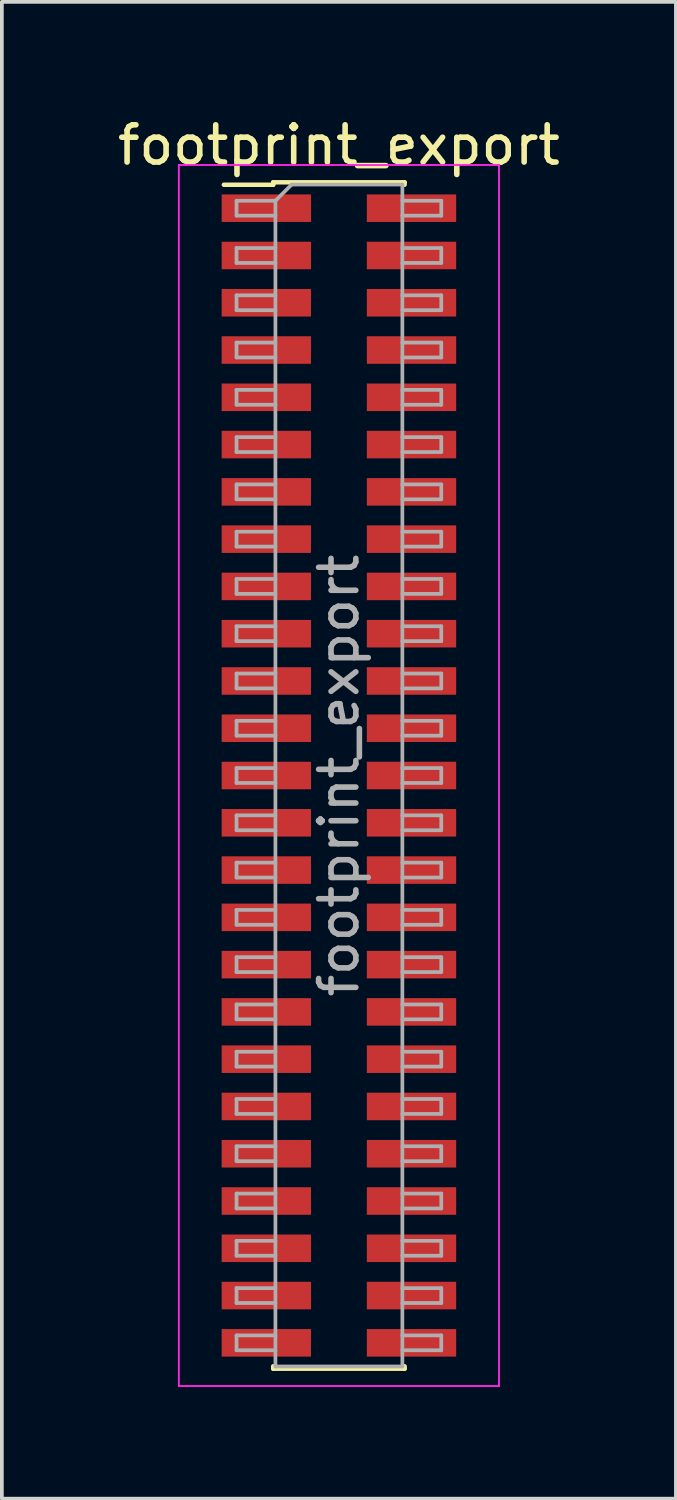
<source format=kicad_pcb>
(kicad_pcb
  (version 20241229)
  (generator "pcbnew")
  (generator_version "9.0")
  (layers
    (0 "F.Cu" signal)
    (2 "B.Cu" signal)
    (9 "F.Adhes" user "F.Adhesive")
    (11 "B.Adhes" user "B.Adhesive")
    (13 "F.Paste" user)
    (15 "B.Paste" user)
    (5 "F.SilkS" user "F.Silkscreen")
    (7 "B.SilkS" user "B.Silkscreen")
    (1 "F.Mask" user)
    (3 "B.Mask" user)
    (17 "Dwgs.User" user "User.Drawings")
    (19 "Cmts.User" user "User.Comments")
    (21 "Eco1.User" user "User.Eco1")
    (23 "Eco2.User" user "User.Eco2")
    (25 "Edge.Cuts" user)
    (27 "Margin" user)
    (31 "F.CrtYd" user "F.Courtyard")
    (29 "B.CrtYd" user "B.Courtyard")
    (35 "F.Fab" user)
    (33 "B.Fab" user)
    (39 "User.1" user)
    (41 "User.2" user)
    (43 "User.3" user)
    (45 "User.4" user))
  (footprint "footprint_export"
    (layer "F.Cu")
    (at 6.054 17.783)
    (property "Reference" "footprint_export" (at 0 -16.935 0) (layer "F.SilkS") (effects (font (size 1 1) (thickness 0.15))))
    (attr smd)
    (fp_line (start -3.09 -15.87) (end -1.765 -15.87) (stroke (width 0.12) (type solid)) (layer "F.SilkS"))
    (fp_line (start -1.765 -15.935) (end -1.765 -15.87) (stroke (width 0.12) (type solid)) (layer "F.SilkS"))
    (fp_line (start -1.765 -15.935) (end 1.765 -15.935) (stroke (width 0.12) (type solid)) (layer "F.SilkS"))
    (fp_line (start -1.765 15.87) (end -1.765 15.935) (stroke (width 0.12) (type solid)) (layer "F.SilkS"))
    (fp_line (start -1.765 15.935) (end 1.765 15.935) (stroke (width 0.12) (type solid)) (layer "F.SilkS"))
    (fp_line (start 1.765 -15.935) (end 1.765 -15.87) (stroke (width 0.12) (type solid)) (layer "F.SilkS"))
    (fp_line (start 1.765 15.87) (end 1.765 15.935) (stroke (width 0.12) (type solid)) (layer "F.SilkS"))
    (fp_line (start -4.3 -16.4) (end -4.3 16.4) (stroke (width 0.05) (type solid)) (layer "F.CrtYd"))
    (fp_line (start -4.3 16.4) (end 4.3 16.4) (stroke (width 0.05) (type solid)) (layer "F.CrtYd"))
    (fp_line (start 4.3 -16.4) (end -4.3 -16.4) (stroke (width 0.05) (type solid)) (layer "F.CrtYd"))
    (fp_line (start 4.3 16.4) (end 4.3 -16.4) (stroke (width 0.05) (type solid)) (layer "F.CrtYd"))
    (fp_line (start -2.75 -15.44) (end -2.75 -15.04) (stroke (width 0.1) (type solid)) (layer "F.Fab"))
    (fp_line (start -2.75 -15.04) (end -1.705 -15.04) (stroke (width 0.1) (type solid)) (layer "F.Fab"))
    (fp_line (start -2.75 -14.17) (end -2.75 -13.77) (stroke (width 0.1) (type solid)) (layer "F.Fab"))
    (fp_line (start -2.75 -13.77) (end -1.705 -13.77) (stroke (width 0.1) (type solid)) (layer "F.Fab"))
    (fp_line (start -2.75 -12.9) (end -2.75 -12.5) (stroke (width 0.1) (type solid)) (layer "F.Fab"))
    (fp_line (start -2.75 -12.5) (end -1.705 -12.5) (stroke (width 0.1) (type solid)) (layer "F.Fab"))
    (fp_line (start -2.75 -11.63) (end -2.75 -11.23) (stroke (width 0.1) (type solid)) (layer "F.Fab"))
    (fp_line (start -2.75 -11.23) (end -1.705 -11.23) (stroke (width 0.1) (type solid)) (layer "F.Fab"))
    (fp_line (start -2.75 -10.36) (end -2.75 -9.96) (stroke (width 0.1) (type solid)) (layer "F.Fab"))
    (fp_line (start -2.75 -9.96) (end -1.705 -9.96) (stroke (width 0.1) (type solid)) (layer "F.Fab"))
    (fp_line (start -2.75 -9.09) (end -2.75 -8.69) (stroke (width 0.1) (type solid)) (layer "F.Fab"))
    (fp_line (start -2.75 -8.69) (end -1.705 -8.69) (stroke (width 0.1) (type solid)) (layer "F.Fab"))
    (fp_line (start -2.75 -7.82) (end -2.75 -7.42) (stroke (width 0.1) (type solid)) (layer "F.Fab"))
    (fp_line (start -2.75 -7.42) (end -1.705 -7.42) (stroke (width 0.1) (type solid)) (layer "F.Fab"))
    (fp_line (start -2.75 -6.55) (end -2.75 -6.15) (stroke (width 0.1) (type solid)) (layer "F.Fab"))
    (fp_line (start -2.75 -6.15) (end -1.705 -6.15) (stroke (width 0.1) (type solid)) (layer "F.Fab"))
    (fp_line (start -2.75 -5.28) (end -2.75 -4.88) (stroke (width 0.1) (type solid)) (layer "F.Fab"))
    (fp_line (start -2.75 -4.88) (end -1.705 -4.88) (stroke (width 0.1) (type solid)) (layer "F.Fab"))
    (fp_line (start -2.75 -4.01) (end -2.75 -3.61) (stroke (width 0.1) (type solid)) (layer "F.Fab"))
    (fp_line (start -2.75 -3.61) (end -1.705 -3.61) (stroke (width 0.1) (type solid)) (layer "F.Fab"))
    (fp_line (start -2.75 -2.74) (end -2.75 -2.34) (stroke (width 0.1) (type solid)) (layer "F.Fab"))
    (fp_line (start -2.75 -2.34) (end -1.705 -2.34) (stroke (width 0.1) (type solid)) (layer "F.Fab"))
    (fp_line (start -2.75 -1.47) (end -2.75 -1.07) (stroke (width 0.1) (type solid)) (layer "F.Fab"))
    (fp_line (start -2.75 -1.07) (end -1.705 -1.07) (stroke (width 0.1) (type solid)) (layer "F.Fab"))
    (fp_line (start -2.75 -0.2) (end -2.75 0.2) (stroke (width 0.1) (type solid)) (layer "F.Fab"))
    (fp_line (start -2.75 0.2) (end -1.705 0.2) (stroke (width 0.1) (type solid)) (layer "F.Fab"))
    (fp_line (start -2.75 1.07) (end -2.75 1.47) (stroke (width 0.1) (type solid)) (layer "F.Fab"))
    (fp_line (start -2.75 1.47) (end -1.705 1.47) (stroke (width 0.1) (type solid)) (layer "F.Fab"))
    (fp_line (start -2.75 2.34) (end -2.75 2.74) (stroke (width 0.1) (type solid)) (layer "F.Fab"))
    (fp_line (start -2.75 2.74) (end -1.705 2.74) (stroke (width 0.1) (type solid)) (layer "F.Fab"))
    (fp_line (start -2.75 3.61) (end -2.75 4.01) (stroke (width 0.1) (type solid)) (layer "F.Fab"))
    (fp_line (start -2.75 4.01) (end -1.705 4.01) (stroke (width 0.1) (type solid)) (layer "F.Fab"))
    (fp_line (start -2.75 4.88) (end -2.75 5.28) (stroke (width 0.1) (type solid)) (layer "F.Fab"))
    (fp_line (start -2.75 5.28) (end -1.705 5.28) (stroke (width 0.1) (type solid)) (layer "F.Fab"))
    (fp_line (start -2.75 6.15) (end -2.75 6.55) (stroke (width 0.1) (type solid)) (layer "F.Fab"))
    (fp_line (start -2.75 6.55) (end -1.705 6.55) (stroke (width 0.1) (type solid)) (layer "F.Fab"))
    (fp_line (start -2.75 7.42) (end -2.75 7.82) (stroke (width 0.1) (type solid)) (layer "F.Fab"))
    (fp_line (start -2.75 7.82) (end -1.705 7.82) (stroke (width 0.1) (type solid)) (layer "F.Fab"))
    (fp_line (start -2.75 8.69) (end -2.75 9.09) (stroke (width 0.1) (type solid)) (layer "F.Fab"))
    (fp_line (start -2.75 9.09) (end -1.705 9.09) (stroke (width 0.1) (type solid)) (layer "F.Fab"))
    (fp_line (start -2.75 9.96) (end -2.75 10.36) (stroke (width 0.1) (type solid)) (layer "F.Fab"))
    (fp_line (start -2.75 10.36) (end -1.705 10.36) (stroke (width 0.1) (type solid)) (layer "F.Fab"))
    (fp_line (start -2.75 11.23) (end -2.75 11.63) (stroke (width 0.1) (type solid)) (layer "F.Fab"))
    (fp_line (start -2.75 11.63) (end -1.705 11.63) (stroke (width 0.1) (type solid)) (layer "F.Fab"))
    (fp_line (start -2.75 12.5) (end -2.75 12.9) (stroke (width 0.1) (type solid)) (layer "F.Fab"))
    (fp_line (start -2.75 12.9) (end -1.705 12.9) (stroke (width 0.1) (type solid)) (layer "F.Fab"))
    (fp_line (start -2.75 13.77) (end -2.75 14.17) (stroke (width 0.1) (type solid)) (layer "F.Fab"))
    (fp_line (start -2.75 14.17) (end -1.705 14.17) (stroke (width 0.1) (type solid)) (layer "F.Fab"))
    (fp_line (start -2.75 15.04) (end -2.75 15.44) (stroke (width 0.1) (type solid)) (layer "F.Fab"))
    (fp_line (start -2.75 15.44) (end -1.705 15.44) (stroke (width 0.1) (type solid)) (layer "F.Fab"))
    (fp_line (start -1.705 -15.44) (end -2.75 -15.44) (stroke (width 0.1) (type solid)) (layer "F.Fab"))
    (fp_line (start -1.705 -15.44) (end -1.27 -15.875) (stroke (width 0.1) (type solid)) (layer "F.Fab"))
    (fp_line (start -1.705 -14.17) (end -2.75 -14.17) (stroke (width 0.1) (type solid)) (layer "F.Fab"))
    (fp_line (start -1.705 -12.9) (end -2.75 -12.9) (stroke (width 0.1) (type solid)) (layer "F.Fab"))
    (fp_line (start -1.705 -11.63) (end -2.75 -11.63) (stroke (width 0.1) (type solid)) (layer "F.Fab"))
    (fp_line (start -1.705 -10.36) (end -2.75 -10.36) (stroke (width 0.1) (type solid)) (layer "F.Fab"))
    (fp_line (start -1.705 -9.09) (end -2.75 -9.09) (stroke (width 0.1) (type solid)) (layer "F.Fab"))
    (fp_line (start -1.705 -7.82) (end -2.75 -7.82) (stroke (width 0.1) (type solid)) (layer "F.Fab"))
    (fp_line (start -1.705 -6.55) (end -2.75 -6.55) (stroke (width 0.1) (type solid)) (layer "F.Fab"))
    (fp_line (start -1.705 -5.28) (end -2.75 -5.28) (stroke (width 0.1) (type solid)) (layer "F.Fab"))
    (fp_line (start -1.705 -4.01) (end -2.75 -4.01) (stroke (width 0.1) (type solid)) (layer "F.Fab"))
    (fp_line (start -1.705 -2.74) (end -2.75 -2.74) (stroke (width 0.1) (type solid)) (layer "F.Fab"))
    (fp_line (start -1.705 -1.47) (end -2.75 -1.47) (stroke (width 0.1) (type solid)) (layer "F.Fab"))
    (fp_line (start -1.705 -0.2) (end -2.75 -0.2) (stroke (width 0.1) (type solid)) (layer "F.Fab"))
    (fp_line (start -1.705 1.07) (end -2.75 1.07) (stroke (width 0.1) (type solid)) (layer "F.Fab"))
    (fp_line (start -1.705 2.34) (end -2.75 2.34) (stroke (width 0.1) (type solid)) (layer "F.Fab"))
    (fp_line (start -1.705 3.61) (end -2.75 3.61) (stroke (width 0.1) (type solid)) (layer "F.Fab"))
    (fp_line (start -1.705 4.88) (end -2.75 4.88) (stroke (width 0.1) (type solid)) (layer "F.Fab"))
    (fp_line (start -1.705 6.15) (end -2.75 6.15) (stroke (width 0.1) (type solid)) (layer "F.Fab"))
    (fp_line (start -1.705 7.42) (end -2.75 7.42) (stroke (width 0.1) (type solid)) (layer "F.Fab"))
    (fp_line (start -1.705 8.69) (end -2.75 8.69) (stroke (width 0.1) (type solid)) (layer "F.Fab"))
    (fp_line (start -1.705 9.96) (end -2.75 9.96) (stroke (width 0.1) (type solid)) (layer "F.Fab"))
    (fp_line (start -1.705 11.23) (end -2.75 11.23) (stroke (width 0.1) (type solid)) (layer "F.Fab"))
    (fp_line (start -1.705 12.5) (end -2.75 12.5) (stroke (width 0.1) (type solid)) (layer "F.Fab"))
    (fp_line (start -1.705 13.77) (end -2.75 13.77) (stroke (width 0.1) (type solid)) (layer "F.Fab"))
    (fp_line (start -1.705 15.04) (end -2.75 15.04) (stroke (width 0.1) (type solid)) (layer "F.Fab"))
    (fp_line (start -1.705 15.875) (end -1.705 -15.44) (stroke (width 0.1) (type solid)) (layer "F.Fab"))
    (fp_line (start -1.27 -15.875) (end 1.705 -15.875) (stroke (width 0.1) (type solid)) (layer "F.Fab"))
    (fp_line (start 1.705 -15.875) (end 1.705 15.875) (stroke (width 0.1) (type solid)) (layer "F.Fab"))
    (fp_line (start 1.705 -15.44) (end 2.75 -15.44) (stroke (width 0.1) (type solid)) (layer "F.Fab"))
    (fp_line (start 1.705 -14.17) (end 2.75 -14.17) (stroke (width 0.1) (type solid)) (layer "F.Fab"))
    (fp_line (start 1.705 -12.9) (end 2.75 -12.9) (stroke (width 0.1) (type solid)) (layer "F.Fab"))
    (fp_line (start 1.705 -11.63) (end 2.75 -11.63) (stroke (width 0.1) (type solid)) (layer "F.Fab"))
    (fp_line (start 1.705 -10.36) (end 2.75 -10.36) (stroke (width 0.1) (type solid)) (layer "F.Fab"))
    (fp_line (start 1.705 -9.09) (end 2.75 -9.09) (stroke (width 0.1) (type solid)) (layer "F.Fab"))
    (fp_line (start 1.705 -7.82) (end 2.75 -7.82) (stroke (width 0.1) (type solid)) (layer "F.Fab"))
    (fp_line (start 1.705 -6.55) (end 2.75 -6.55) (stroke (width 0.1) (type solid)) (layer "F.Fab"))
    (fp_line (start 1.705 -5.28) (end 2.75 -5.28) (stroke (width 0.1) (type solid)) (layer "F.Fab"))
    (fp_line (start 1.705 -4.01) (end 2.75 -4.01) (stroke (width 0.1) (type solid)) (layer "F.Fab"))
    (fp_line (start 1.705 -2.74) (end 2.75 -2.74) (stroke (width 0.1) (type solid)) (layer "F.Fab"))
    (fp_line (start 1.705 -1.47) (end 2.75 -1.47) (stroke (width 0.1) (type solid)) (layer "F.Fab"))
    (fp_line (start 1.705 -0.2) (end 2.75 -0.2) (stroke (width 0.1) (type solid)) (layer "F.Fab"))
    (fp_line (start 1.705 1.07) (end 2.75 1.07) (stroke (width 0.1) (type solid)) (layer "F.Fab"))
    (fp_line (start 1.705 2.34) (end 2.75 2.34) (stroke (width 0.1) (type solid)) (layer "F.Fab"))
    (fp_line (start 1.705 3.61) (end 2.75 3.61) (stroke (width 0.1) (type solid)) (layer "F.Fab"))
    (fp_line (start 1.705 4.88) (end 2.75 4.88) (stroke (width 0.1) (type solid)) (layer "F.Fab"))
    (fp_line (start 1.705 6.15) (end 2.75 6.15) (stroke (width 0.1) (type solid)) (layer "F.Fab"))
    (fp_line (start 1.705 7.42) (end 2.75 7.42) (stroke (width 0.1) (type solid)) (layer "F.Fab"))
    (fp_line (start 1.705 8.69) (end 2.75 8.69) (stroke (width 0.1) (type solid)) (layer "F.Fab"))
    (fp_line (start 1.705 9.96) (end 2.75 9.96) (stroke (width 0.1) (type solid)) (layer "F.Fab"))
    (fp_line (start 1.705 11.23) (end 2.75 11.23) (stroke (width 0.1) (type solid)) (layer "F.Fab"))
    (fp_line (start 1.705 12.5) (end 2.75 12.5) (stroke (width 0.1) (type solid)) (layer "F.Fab"))
    (fp_line (start 1.705 13.77) (end 2.75 13.77) (stroke (width 0.1) (type solid)) (layer "F.Fab"))
    (fp_line (start 1.705 15.04) (end 2.75 15.04) (stroke (width 0.1) (type solid)) (layer "F.Fab"))
    (fp_line (start 1.705 15.875) (end -1.705 15.875) (stroke (width 0.1) (type solid)) (layer "F.Fab"))
    (fp_line (start 2.75 -15.44) (end 2.75 -15.04) (stroke (width 0.1) (type solid)) (layer "F.Fab"))
    (fp_line (start 2.75 -15.04) (end 1.705 -15.04) (stroke (width 0.1) (type solid)) (layer "F.Fab"))
    (fp_line (start 2.75 -14.17) (end 2.75 -13.77) (stroke (width 0.1) (type solid)) (layer "F.Fab"))
    (fp_line (start 2.75 -13.77) (end 1.705 -13.77) (stroke (width 0.1) (type solid)) (layer "F.Fab"))
    (fp_line (start 2.75 -12.9) (end 2.75 -12.5) (stroke (width 0.1) (type solid)) (layer "F.Fab"))
    (fp_line (start 2.75 -12.5) (end 1.705 -12.5) (stroke (width 0.1) (type solid)) (layer "F.Fab"))
    (fp_line (start 2.75 -11.63) (end 2.75 -11.23) (stroke (width 0.1) (type solid)) (layer "F.Fab"))
    (fp_line (start 2.75 -11.23) (end 1.705 -11.23) (stroke (width 0.1) (type solid)) (layer "F.Fab"))
    (fp_line (start 2.75 -10.36) (end 2.75 -9.96) (stroke (width 0.1) (type solid)) (layer "F.Fab"))
    (fp_line (start 2.75 -9.96) (end 1.705 -9.96) (stroke (width 0.1) (type solid)) (layer "F.Fab"))
    (fp_line (start 2.75 -9.09) (end 2.75 -8.69) (stroke (width 0.1) (type solid)) (layer "F.Fab"))
    (fp_line (start 2.75 -8.69) (end 1.705 -8.69) (stroke (width 0.1) (type solid)) (layer "F.Fab"))
    (fp_line (start 2.75 -7.82) (end 2.75 -7.42) (stroke (width 0.1) (type solid)) (layer "F.Fab"))
    (fp_line (start 2.75 -7.42) (end 1.705 -7.42) (stroke (width 0.1) (type solid)) (layer "F.Fab"))
    (fp_line (start 2.75 -6.55) (end 2.75 -6.15) (stroke (width 0.1) (type solid)) (layer "F.Fab"))
    (fp_line (start 2.75 -6.15) (end 1.705 -6.15) (stroke (width 0.1) (type solid)) (layer "F.Fab"))
    (fp_line (start 2.75 -5.28) (end 2.75 -4.88) (stroke (width 0.1) (type solid)) (layer "F.Fab"))
    (fp_line (start 2.75 -4.88) (end 1.705 -4.88) (stroke (width 0.1) (type solid)) (layer "F.Fab"))
    (fp_line (start 2.75 -4.01) (end 2.75 -3.61) (stroke (width 0.1) (type solid)) (layer "F.Fab"))
    (fp_line (start 2.75 -3.61) (end 1.705 -3.61) (stroke (width 0.1) (type solid)) (layer "F.Fab"))
    (fp_line (start 2.75 -2.74) (end 2.75 -2.34) (stroke (width 0.1) (type solid)) (layer "F.Fab"))
    (fp_line (start 2.75 -2.34) (end 1.705 -2.34) (stroke (width 0.1) (type solid)) (layer "F.Fab"))
    (fp_line (start 2.75 -1.47) (end 2.75 -1.07) (stroke (width 0.1) (type solid)) (layer "F.Fab"))
    (fp_line (start 2.75 -1.07) (end 1.705 -1.07) (stroke (width 0.1) (type solid)) (layer "F.Fab"))
    (fp_line (start 2.75 -0.2) (end 2.75 0.2) (stroke (width 0.1) (type solid)) (layer "F.Fab"))
    (fp_line (start 2.75 0.2) (end 1.705 0.2) (stroke (width 0.1) (type solid)) (layer "F.Fab"))
    (fp_line (start 2.75 1.07) (end 2.75 1.47) (stroke (width 0.1) (type solid)) (layer "F.Fab"))
    (fp_line (start 2.75 1.47) (end 1.705 1.47) (stroke (width 0.1) (type solid)) (layer "F.Fab"))
    (fp_line (start 2.75 2.34) (end 2.75 2.74) (stroke (width 0.1) (type solid)) (layer "F.Fab"))
    (fp_line (start 2.75 2.74) (end 1.705 2.74) (stroke (width 0.1) (type solid)) (layer "F.Fab"))
    (fp_line (start 2.75 3.61) (end 2.75 4.01) (stroke (width 0.1) (type solid)) (layer "F.Fab"))
    (fp_line (start 2.75 4.01) (end 1.705 4.01) (stroke (width 0.1) (type solid)) (layer "F.Fab"))
    (fp_line (start 2.75 4.88) (end 2.75 5.28) (stroke (width 0.1) (type solid)) (layer "F.Fab"))
    (fp_line (start 2.75 5.28) (end 1.705 5.28) (stroke (width 0.1) (type solid)) (layer "F.Fab"))
    (fp_line (start 2.75 6.15) (end 2.75 6.55) (stroke (width 0.1) (type solid)) (layer "F.Fab"))
    (fp_line (start 2.75 6.55) (end 1.705 6.55) (stroke (width 0.1) (type solid)) (layer "F.Fab"))
    (fp_line (start 2.75 7.42) (end 2.75 7.82) (stroke (width 0.1) (type solid)) (layer "F.Fab"))
    (fp_line (start 2.75 7.82) (end 1.705 7.82) (stroke (width 0.1) (type solid)) (layer "F.Fab"))
    (fp_line (start 2.75 8.69) (end 2.75 9.09) (stroke (width 0.1) (type solid)) (layer "F.Fab"))
    (fp_line (start 2.75 9.09) (end 1.705 9.09) (stroke (width 0.1) (type solid)) (layer "F.Fab"))
    (fp_line (start 2.75 9.96) (end 2.75 10.36) (stroke (width 0.1) (type solid)) (layer "F.Fab"))
    (fp_line (start 2.75 10.36) (end 1.705 10.36) (stroke (width 0.1) (type solid)) (layer "F.Fab"))
    (fp_line (start 2.75 11.23) (end 2.75 11.63) (stroke (width 0.1) (type solid)) (layer "F.Fab"))
    (fp_line (start 2.75 11.63) (end 1.705 11.63) (stroke (width 0.1) (type solid)) (layer "F.Fab"))
    (fp_line (start 2.75 12.5) (end 2.75 12.9) (stroke (width 0.1) (type solid)) (layer "F.Fab"))
    (fp_line (start 2.75 12.9) (end 1.705 12.9) (stroke (width 0.1) (type solid)) (layer "F.Fab"))
    (fp_line (start 2.75 13.77) (end 2.75 14.17) (stroke (width 0.1) (type solid)) (layer "F.Fab"))
    (fp_line (start 2.75 14.17) (end 1.705 14.17) (stroke (width 0.1) (type solid)) (layer "F.Fab"))
    (fp_line (start 2.75 15.04) (end 2.75 15.44) (stroke (width 0.1) (type solid)) (layer "F.Fab"))
    (fp_line (start 2.75 15.44) (end 1.705 15.44) (stroke (width 0.1) (type solid)) (layer "F.Fab"))
    (fp_text user "${REFERENCE}" (at 0 0 90) (layer "F.Fab") (effects (font (size 1 1) (thickness 0.15))))
    (pad "1" smd rect (at -1.95 -15.24) (size 2.4 0.74) (layers "F.Cu" "F.Mask" "F.Paste"))
    (pad "2" smd rect (at 1.95 -15.24) (size 2.4 0.74) (layers "F.Cu" "F.Mask" "F.Paste"))
    (pad "3" smd rect (at -1.95 -13.97) (size 2.4 0.74) (layers "F.Cu" "F.Mask" "F.Paste"))
    (pad "4" smd rect (at 1.95 -13.97) (size 2.4 0.74) (layers "F.Cu" "F.Mask" "F.Paste"))
    (pad "5" smd rect (at -1.95 -12.7) (size 2.4 0.74) (layers "F.Cu" "F.Mask" "F.Paste"))
    (pad "6" smd rect (at 1.95 -12.7) (size 2.4 0.74) (layers "F.Cu" "F.Mask" "F.Paste"))
    (pad "7" smd rect (at -1.95 -11.43) (size 2.4 0.74) (layers "F.Cu" "F.Mask" "F.Paste"))
    (pad "8" smd rect (at 1.95 -11.43) (size 2.4 0.74) (layers "F.Cu" "F.Mask" "F.Paste"))
    (pad "9" smd rect (at -1.95 -10.16) (size 2.4 0.74) (layers "F.Cu" "F.Mask" "F.Paste"))
    (pad "10" smd rect (at 1.95 -10.16) (size 2.4 0.74) (layers "F.Cu" "F.Mask" "F.Paste"))
    (pad "11" smd rect (at -1.95 -8.89) (size 2.4 0.74) (layers "F.Cu" "F.Mask" "F.Paste"))
    (pad "12" smd rect (at 1.95 -8.89) (size 2.4 0.74) (layers "F.Cu" "F.Mask" "F.Paste"))
    (pad "13" smd rect (at -1.95 -7.62) (size 2.4 0.74) (layers "F.Cu" "F.Mask" "F.Paste"))
    (pad "14" smd rect (at 1.95 -7.62) (size 2.4 0.74) (layers "F.Cu" "F.Mask" "F.Paste"))
    (pad "15" smd rect (at -1.95 -6.35) (size 2.4 0.74) (layers "F.Cu" "F.Mask" "F.Paste"))
    (pad "16" smd rect (at 1.95 -6.35) (size 2.4 0.74) (layers "F.Cu" "F.Mask" "F.Paste"))
    (pad "17" smd rect (at -1.95 -5.08) (size 2.4 0.74) (layers "F.Cu" "F.Mask" "F.Paste"))
    (pad "18" smd rect (at 1.95 -5.08) (size 2.4 0.74) (layers "F.Cu" "F.Mask" "F.Paste"))
    (pad "19" smd rect (at -1.95 -3.81) (size 2.4 0.74) (layers "F.Cu" "F.Mask" "F.Paste"))
    (pad "20" smd rect (at 1.95 -3.81) (size 2.4 0.74) (layers "F.Cu" "F.Mask" "F.Paste"))
    (pad "21" smd rect (at -1.95 -2.54) (size 2.4 0.74) (layers "F.Cu" "F.Mask" "F.Paste"))
    (pad "22" smd rect (at 1.95 -2.54) (size 2.4 0.74) (layers "F.Cu" "F.Mask" "F.Paste"))
    (pad "23" smd rect (at -1.95 -1.27) (size 2.4 0.74) (layers "F.Cu" "F.Mask" "F.Paste"))
    (pad "24" smd rect (at 1.95 -1.27) (size 2.4 0.74) (layers "F.Cu" "F.Mask" "F.Paste"))
    (pad "25" smd rect (at -1.95 0) (size 2.4 0.74) (layers "F.Cu" "F.Mask" "F.Paste"))
    (pad "26" smd rect (at 1.95 0) (size 2.4 0.74) (layers "F.Cu" "F.Mask" "F.Paste"))
    (pad "27" smd rect (at -1.95 1.27) (size 2.4 0.74) (layers "F.Cu" "F.Mask" "F.Paste"))
    (pad "28" smd rect (at 1.95 1.27) (size 2.4 0.74) (layers "F.Cu" "F.Mask" "F.Paste"))
    (pad "29" smd rect (at -1.95 2.54) (size 2.4 0.74) (layers "F.Cu" "F.Mask" "F.Paste"))
    (pad "30" smd rect (at 1.95 2.54) (size 2.4 0.74) (layers "F.Cu" "F.Mask" "F.Paste"))
    (pad "31" smd rect (at -1.95 3.81) (size 2.4 0.74) (layers "F.Cu" "F.Mask" "F.Paste"))
    (pad "32" smd rect (at 1.95 3.81) (size 2.4 0.74) (layers "F.Cu" "F.Mask" "F.Paste"))
    (pad "33" smd rect (at -1.95 5.08) (size 2.4 0.74) (layers "F.Cu" "F.Mask" "F.Paste"))
    (pad "34" smd rect (at 1.95 5.08) (size 2.4 0.74) (layers "F.Cu" "F.Mask" "F.Paste"))
    (pad "35" smd rect (at -1.95 6.35) (size 2.4 0.74) (layers "F.Cu" "F.Mask" "F.Paste"))
    (pad "36" smd rect (at 1.95 6.35) (size 2.4 0.74) (layers "F.Cu" "F.Mask" "F.Paste"))
    (pad "37" smd rect (at -1.95 7.62) (size 2.4 0.74) (layers "F.Cu" "F.Mask" "F.Paste"))
    (pad "38" smd rect (at 1.95 7.62) (size 2.4 0.74) (layers "F.Cu" "F.Mask" "F.Paste"))
    (pad "39" smd rect (at -1.95 8.89) (size 2.4 0.74) (layers "F.Cu" "F.Mask" "F.Paste"))
    (pad "40" smd rect (at 1.95 8.89) (size 2.4 0.74) (layers "F.Cu" "F.Mask" "F.Paste"))
    (pad "41" smd rect (at -1.95 10.16) (size 2.4 0.74) (layers "F.Cu" "F.Mask" "F.Paste"))
    (pad "42" smd rect (at 1.95 10.16) (size 2.4 0.74) (layers "F.Cu" "F.Mask" "F.Paste"))
    (pad "43" smd rect (at -1.95 11.43) (size 2.4 0.74) (layers "F.Cu" "F.Mask" "F.Paste"))
    (pad "44" smd rect (at 1.95 11.43) (size 2.4 0.74) (layers "F.Cu" "F.Mask" "F.Paste"))
    (pad "45" smd rect (at -1.95 12.7) (size 2.4 0.74) (layers "F.Cu" "F.Mask" "F.Paste"))
    (pad "46" smd rect (at 1.95 12.7) (size 2.4 0.74) (layers "F.Cu" "F.Mask" "F.Paste"))
    (pad "47" smd rect (at -1.95 13.97) (size 2.4 0.74) (layers "F.Cu" "F.Mask" "F.Paste"))
    (pad "48" smd rect (at 1.95 13.97) (size 2.4 0.74) (layers "F.Cu" "F.Mask" "F.Paste"))
    (pad "49" smd rect (at -1.95 15.24) (size 2.4 0.74) (layers "F.Cu" "F.Mask" "F.Paste"))
    (pad "50" smd rect (at 1.95 15.24) (size 2.4 0.74) (layers "F.Cu" "F.Mask" "F.Paste")))
  (gr_rect
    (start -3 -3)
    (end 15.107 37.208)
    (stroke (width 0.1) (type default))
    (fill no)
    (layer "Edge.Cuts")))
</source>
